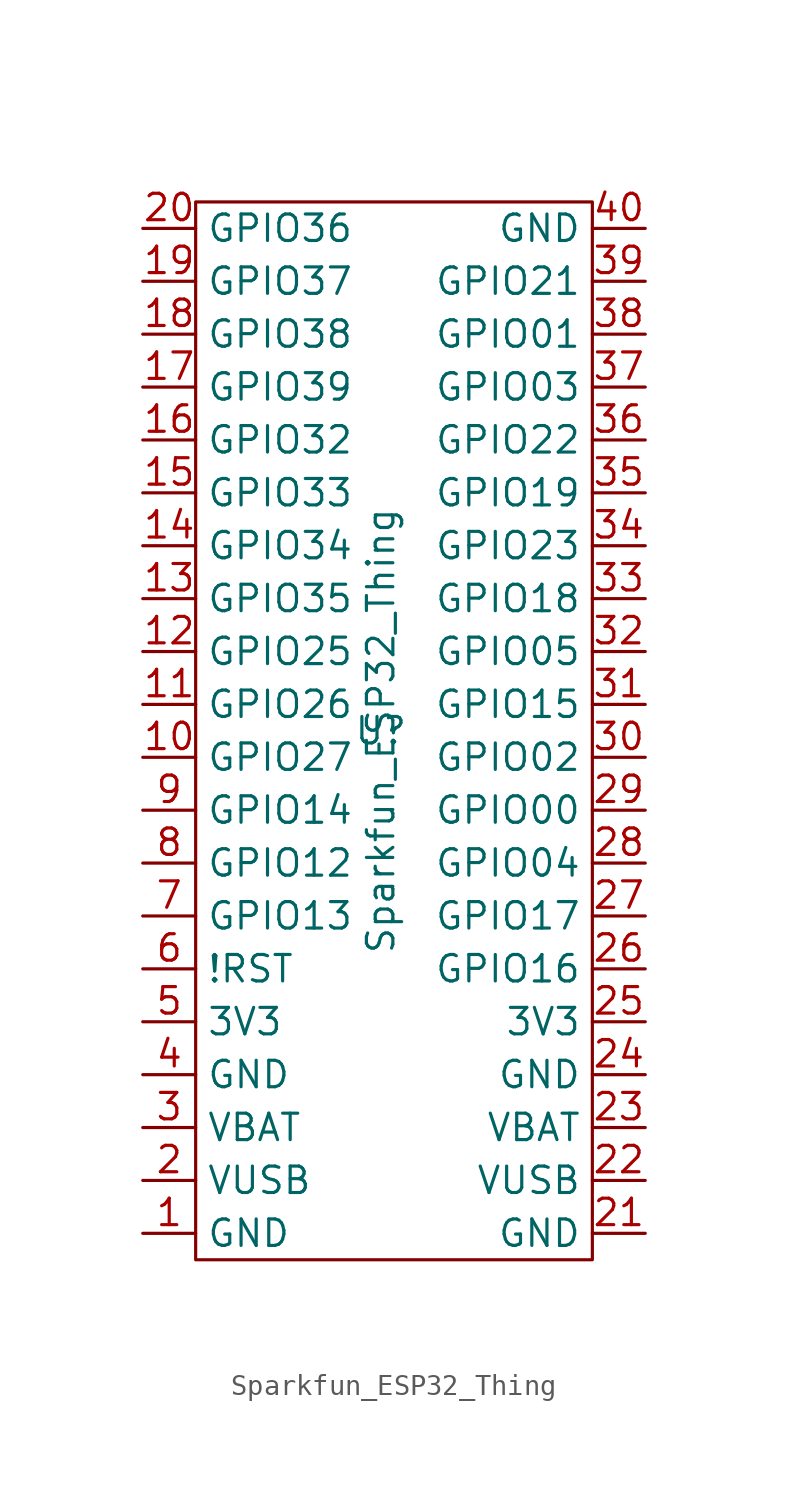
<source format=kicad_sym>
(kicad_symbol_lib
  (version 20211014)
  (generator kicad_symbol_editor)
  (symbol "Sparkfun_ESP32_Thing"
    (property "Reference" "U"
      (at 0 0 0)
      (effects (font (size 1.27 1.27))))
    (property "Value" "Sparkfun_ESP32_Thing"
      (at 0 0 90)
      (effects (font (size 1.27 1.27))))
    (symbol "Sparkfun_ESP32_Thing_0_1"
      (rectangle (start -8.89 25.4) (end 10.16 -25.4) (stroke (width 0) (type default) (color 0 0 0 0)) (fill (type none))))
    (symbol "Sparkfun_ESP32_Thing_1_1"
      (pin power_in line (at -11.43 -24.13 0) (length 2.54) (name "GND" (effects (font (size 1.27 1.27)))) (number "1" (effects (font (size 1.27 1.27)))))
      (pin bidirectional line (at -11.43 -1.27 0) (length 2.54) (name "GPIO27" (effects (font (size 1.27 1.27)))) (number "10" (effects (font (size 1.27 1.27)))))
      (pin bidirectional line (at -11.43 1.27 0) (length 2.54) (name "GPIO26" (effects (font (size 1.27 1.27)))) (number "11" (effects (font (size 1.27 1.27)))))
      (pin bidirectional line (at -11.43 3.81 0) (length 2.54) (name "GPIO25" (effects (font (size 1.27 1.27)))) (number "12" (effects (font (size 1.27 1.27)))))
      (pin input line (at -11.43 6.35 0) (length 2.54) (name "GPIO35" (effects (font (size 1.27 1.27)))) (number "13" (effects (font (size 1.27 1.27)))))
      (pin input line (at -11.43 8.89 0) (length 2.54) (name "GPIO34" (effects (font (size 1.27 1.27)))) (number "14" (effects (font (size 1.27 1.27)))))
      (pin bidirectional line (at -11.43 11.43 0) (length 2.54) (name "GPIO33" (effects (font (size 1.27 1.27)))) (number "15" (effects (font (size 1.27 1.27)))))
      (pin bidirectional line (at -11.43 13.97 0) (length 2.54) (name "GPIO32" (effects (font (size 1.27 1.27)))) (number "16" (effects (font (size 1.27 1.27)))))
      (pin input line (at -11.43 16.51 0) (length 2.54) (name "GPIO39" (effects (font (size 1.27 1.27)))) (number "17" (effects (font (size 1.27 1.27)))))
      (pin input line (at -11.43 19.05 0) (length 2.54) (name "GPIO38" (effects (font (size 1.27 1.27)))) (number "18" (effects (font (size 1.27 1.27)))))
      (pin input line (at -11.43 21.59 0) (length 2.54) (name "GPIO37" (effects (font (size 1.27 1.27)))) (number "19" (effects (font (size 1.27 1.27)))))
      (pin power_out line (at -11.43 -21.59 0) (length 2.54) (name "VUSB" (effects (font (size 1.27 1.27)))) (number "2" (effects (font (size 1.27 1.27)))))
      (pin input line (at -11.43 24.13 0) (length 2.54) (name "GPIO36" (effects (font (size 1.27 1.27)))) (number "20" (effects (font (size 1.27 1.27)))))
      (pin power_in line (at 12.7 -24.13 180) (length 2.54) (name "GND" (effects (font (size 1.27 1.27)))) (number "21" (effects (font (size 1.27 1.27)))))
      (pin power_out line (at 12.7 -21.59 180) (length 2.54) (name "VUSB" (effects (font (size 1.27 1.27)))) (number "22" (effects (font (size 1.27 1.27)))))
      (pin power_out line (at 12.7 -19.05 180) (length 2.54) (name "VBAT" (effects (font (size 1.27 1.27)))) (number "23" (effects (font (size 1.27 1.27)))))
      (pin power_in line (at 12.7 -16.51 180) (length 2.54) (name "GND" (effects (font (size 1.27 1.27)))) (number "24" (effects (font (size 1.27 1.27)))))
      (pin power_out line (at 12.7 -13.97 180) (length 2.54) (name "3V3" (effects (font (size 1.27 1.27)))) (number "25" (effects (font (size 1.27 1.27)))))
      (pin bidirectional line (at 12.7 -11.43 180) (length 2.54) (name "GPIO16" (effects (font (size 1.27 1.27)))) (number "26" (effects (font (size 1.27 1.27)))))
      (pin bidirectional line (at 12.7 -8.89 180) (length 2.54) (name "GPIO17" (effects (font (size 1.27 1.27)))) (number "27" (effects (font (size 1.27 1.27)))))
      (pin bidirectional line (at 12.7 -6.35 180) (length 2.54) (name "GPIO04" (effects (font (size 1.27 1.27)))) (number "28" (effects (font (size 1.27 1.27)))))
      (pin bidirectional line (at 12.7 -3.81 180) (length 2.54) (name "GPIO00" (effects (font (size 1.27 1.27)))) (number "29" (effects (font (size 1.27 1.27)))))
      (pin power_out line (at -11.43 -19.05 0) (length 2.54) (name "VBAT" (effects (font (size 1.27 1.27)))) (number "3" (effects (font (size 1.27 1.27)))))
      (pin bidirectional line (at 12.7 -1.27 180) (length 2.54) (name "GPIO02" (effects (font (size 1.27 1.27)))) (number "30" (effects (font (size 1.27 1.27)))))
      (pin bidirectional line (at 12.7 1.27 180) (length 2.54) (name "GPIO15" (effects (font (size 1.27 1.27)))) (number "31" (effects (font (size 1.27 1.27)))))
      (pin bidirectional line (at 12.7 3.81 180) (length 2.54) (name "GPIO05" (effects (font (size 1.27 1.27)))) (number "32" (effects (font (size 1.27 1.27)))))
      (pin bidirectional line (at 12.7 6.35 180) (length 2.54) (name "GPIO18" (effects (font (size 1.27 1.27)))) (number "33" (effects (font (size 1.27 1.27)))))
      (pin bidirectional line (at 12.7 8.89 180) (length 2.54) (name "GPIO23" (effects (font (size 1.27 1.27)))) (number "34" (effects (font (size 1.27 1.27)))))
      (pin bidirectional line (at 12.7 11.43 180) (length 2.54) (name "GPIO19" (effects (font (size 1.27 1.27)))) (number "35" (effects (font (size 1.27 1.27)))))
      (pin bidirectional line (at 12.7 13.97 180) (length 2.54) (name "GPIO22" (effects (font (size 1.27 1.27)))) (number "36" (effects (font (size 1.27 1.27)))))
      (pin bidirectional line (at 12.7 16.51 180) (length 2.54) (name "GPIO03" (effects (font (size 1.27 1.27)))) (number "37" (effects (font (size 1.27 1.27)))))
      (pin bidirectional line (at 12.7 19.05 180) (length 2.54) (name "GPIO01" (effects (font (size 1.27 1.27)))) (number "38" (effects (font (size 1.27 1.27)))))
      (pin bidirectional line (at 12.7 21.59 180) (length 2.54) (name "GPIO21" (effects (font (size 1.27 1.27)))) (number "39" (effects (font (size 1.27 1.27)))))
      (pin power_in line (at -11.43 -16.51 0) (length 2.54) (name "GND" (effects (font (size 1.27 1.27)))) (number "4" (effects (font (size 1.27 1.27)))))
      (pin power_in line (at 12.7 24.13 180) (length 2.54) (name "GND" (effects (font (size 1.27 1.27)))) (number "40" (effects (font (size 1.27 1.27)))))
      (pin power_out line (at -11.43 -13.97 0) (length 2.54) (name "3V3" (effects (font (size 1.27 1.27)))) (number "5" (effects (font (size 1.27 1.27)))))
      (pin input line (at -11.43 -11.43 0) (length 2.54) (name "!RST" (effects (font (size 1.27 1.27)))) (number "6" (effects (font (size 1.27 1.27)))))
      (pin bidirectional line (at -11.43 -8.89 0) (length 2.54) (name "GPIO13" (effects (font (size 1.27 1.27)))) (number "7" (effects (font (size 1.27 1.27)))))
      (pin bidirectional line (at -11.43 -6.35 0) (length 2.54) (name "GPIO12" (effects (font (size 1.27 1.27)))) (number "8" (effects (font (size 1.27 1.27)))))
      (pin bidirectional line (at -11.43 -3.81 0) (length 2.54) (name "GPIO14" (effects (font (size 1.27 1.27)))) (number "9" (effects (font (size 1.27 1.27))))))))
</source>
